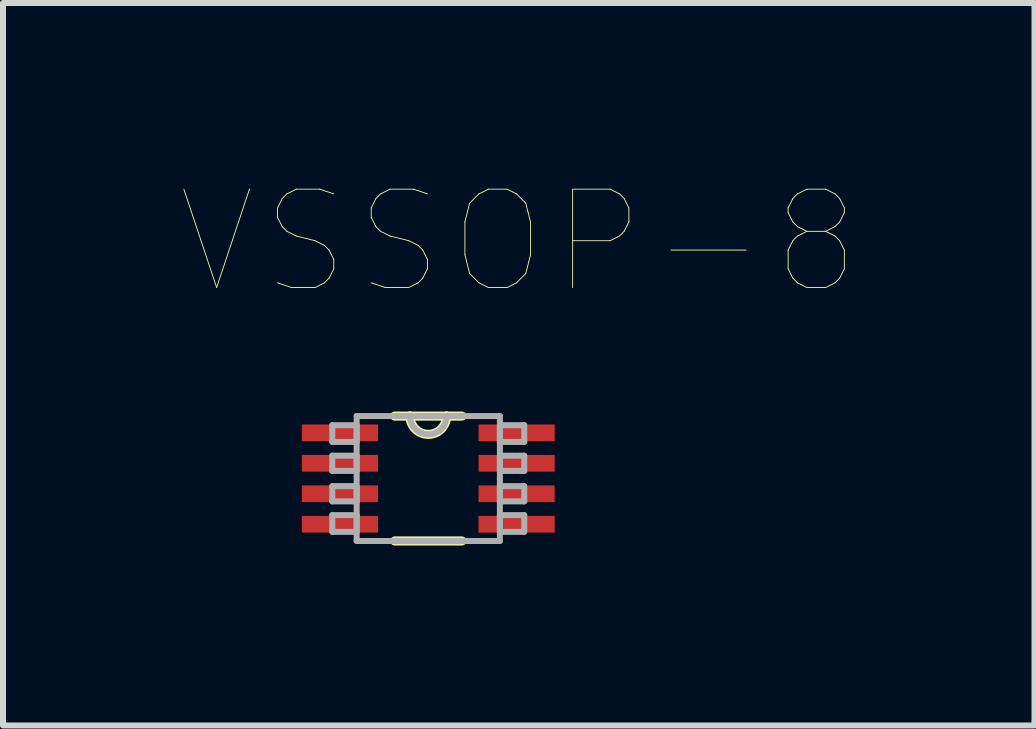
<source format=kicad_pcb>
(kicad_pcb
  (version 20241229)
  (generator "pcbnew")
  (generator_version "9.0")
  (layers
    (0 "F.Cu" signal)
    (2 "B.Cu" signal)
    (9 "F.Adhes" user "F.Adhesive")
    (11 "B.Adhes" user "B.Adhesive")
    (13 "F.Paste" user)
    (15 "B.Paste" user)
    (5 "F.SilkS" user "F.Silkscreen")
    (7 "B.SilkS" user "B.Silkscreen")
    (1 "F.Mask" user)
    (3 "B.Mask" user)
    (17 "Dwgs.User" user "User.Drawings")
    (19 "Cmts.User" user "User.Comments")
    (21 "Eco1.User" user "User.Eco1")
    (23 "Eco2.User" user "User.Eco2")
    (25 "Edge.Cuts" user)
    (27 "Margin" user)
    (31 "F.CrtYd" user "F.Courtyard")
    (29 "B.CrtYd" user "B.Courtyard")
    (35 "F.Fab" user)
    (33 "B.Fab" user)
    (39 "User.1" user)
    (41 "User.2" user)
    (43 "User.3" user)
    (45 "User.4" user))
  (footprint "VSSOP-8"
    (layer "F.Cu")
    (at 4.09 4.928)
    (property "Reference" "VSSOP-8" (at 1.509 -3.942 0) (layer "F.SilkS") (effects (font (size 1.64 1.64) (thickness 0.015))))
    (attr through_hole)
    (fp_line (start -0.559 1.041) (end 0.559 1.041) (stroke (width 0.152) (type solid)) (layer "F.SilkS"))
    (fp_line (start -0.305 -1.041) (end -0.559 -1.041) (stroke (width 0.152) (type solid)) (layer "F.SilkS"))
    (fp_line (start 0.305 -1.041) (end -0.305 -1.041) (stroke (width 0.152) (type solid)) (layer "F.SilkS"))
    (fp_line (start 0.559 -1.041) (end 0.305 -1.041) (stroke (width 0.152) (type solid)) (layer "F.SilkS"))
    (fp_arc (start 0.3048 -1.0414) (mid 0 -0.7366) (end -0.3048 -1.0414) (stroke (width 0.1524) (type solid)) (layer "F.SilkS"))
    (fp_line (start -1.6 -0.889) (end -1.6 -0.61) (stroke (width 0.1) (type solid)) (layer "F.Fab"))
    (fp_line (start -1.6 -0.61) (end -1.194 -0.61) (stroke (width 0.1) (type solid)) (layer "F.Fab"))
    (fp_line (start -1.6 -0.381) (end -1.6 -0.127) (stroke (width 0.1) (type solid)) (layer "F.Fab"))
    (fp_line (start -1.6 -0.127) (end -1.194 -0.127) (stroke (width 0.1) (type solid)) (layer "F.Fab"))
    (fp_line (start -1.6 0.127) (end -1.6 0.381) (stroke (width 0.1) (type solid)) (layer "F.Fab"))
    (fp_line (start -1.6 0.381) (end -1.194 0.381) (stroke (width 0.1) (type solid)) (layer "F.Fab"))
    (fp_line (start -1.6 0.61) (end -1.6 0.889) (stroke (width 0.1) (type solid)) (layer "F.Fab"))
    (fp_line (start -1.6 0.889) (end -1.194 0.889) (stroke (width 0.1) (type solid)) (layer "F.Fab"))
    (fp_line (start -1.194 -1.041) (end -1.194 1.041) (stroke (width 0.1) (type solid)) (layer "F.Fab"))
    (fp_line (start -1.194 -0.889) (end -1.6 -0.889) (stroke (width 0.1) (type solid)) (layer "F.Fab"))
    (fp_line (start -1.194 -0.61) (end -1.194 -0.889) (stroke (width 0.1) (type solid)) (layer "F.Fab"))
    (fp_line (start -1.194 -0.381) (end -1.6 -0.381) (stroke (width 0.1) (type solid)) (layer "F.Fab"))
    (fp_line (start -1.194 -0.127) (end -1.194 -0.381) (stroke (width 0.1) (type solid)) (layer "F.Fab"))
    (fp_line (start -1.194 0.127) (end -1.6 0.127) (stroke (width 0.1) (type solid)) (layer "F.Fab"))
    (fp_line (start -1.194 0.381) (end -1.194 0.127) (stroke (width 0.1) (type solid)) (layer "F.Fab"))
    (fp_line (start -1.194 0.61) (end -1.6 0.61) (stroke (width 0.1) (type solid)) (layer "F.Fab"))
    (fp_line (start -1.194 0.889) (end -1.194 0.61) (stroke (width 0.1) (type solid)) (layer "F.Fab"))
    (fp_line (start -1.194 1.041) (end 1.194 1.041) (stroke (width 0.1) (type solid)) (layer "F.Fab"))
    (fp_line (start -0.305 -1.041) (end -1.194 -1.041) (stroke (width 0.1) (type solid)) (layer "F.Fab"))
    (fp_line (start 0.305 -1.041) (end -0.305 -1.041) (stroke (width 0.1) (type solid)) (layer "F.Fab"))
    (fp_line (start 1.194 -1.041) (end 0.305 -1.041) (stroke (width 0.1) (type solid)) (layer "F.Fab"))
    (fp_line (start 1.194 -0.889) (end 1.194 -0.61) (stroke (width 0.1) (type solid)) (layer "F.Fab"))
    (fp_line (start 1.194 -0.61) (end 1.6 -0.61) (stroke (width 0.1) (type solid)) (layer "F.Fab"))
    (fp_line (start 1.194 -0.381) (end 1.194 -0.127) (stroke (width 0.1) (type solid)) (layer "F.Fab"))
    (fp_line (start 1.194 -0.127) (end 1.6 -0.127) (stroke (width 0.1) (type solid)) (layer "F.Fab"))
    (fp_line (start 1.194 0.127) (end 1.194 0.381) (stroke (width 0.1) (type solid)) (layer "F.Fab"))
    (fp_line (start 1.194 0.381) (end 1.6 0.381) (stroke (width 0.1) (type solid)) (layer "F.Fab"))
    (fp_line (start 1.194 0.61) (end 1.194 0.889) (stroke (width 0.1) (type solid)) (layer "F.Fab"))
    (fp_line (start 1.194 0.889) (end 1.6 0.889) (stroke (width 0.1) (type solid)) (layer "F.Fab"))
    (fp_line (start 1.194 1.041) (end 1.194 -1.041) (stroke (width 0.1) (type solid)) (layer "F.Fab"))
    (fp_line (start 1.6 -0.889) (end 1.194 -0.889) (stroke (width 0.1) (type solid)) (layer "F.Fab"))
    (fp_line (start 1.6 -0.61) (end 1.6 -0.889) (stroke (width 0.1) (type solid)) (layer "F.Fab"))
    (fp_line (start 1.6 -0.381) (end 1.194 -0.381) (stroke (width 0.1) (type solid)) (layer "F.Fab"))
    (fp_line (start 1.6 -0.127) (end 1.6 -0.381) (stroke (width 0.1) (type solid)) (layer "F.Fab"))
    (fp_line (start 1.6 0.127) (end 1.194 0.127) (stroke (width 0.1) (type solid)) (layer "F.Fab"))
    (fp_line (start 1.6 0.381) (end 1.6 0.127) (stroke (width 0.1) (type solid)) (layer "F.Fab"))
    (fp_line (start 1.6 0.61) (end 1.194 0.61) (stroke (width 0.1) (type solid)) (layer "F.Fab"))
    (fp_line (start 1.6 0.889) (end 1.6 0.61) (stroke (width 0.1) (type solid)) (layer "F.Fab"))
    (fp_arc (start 0.3048 -1.0414) (mid 0 -0.7366) (end -0.3048 -1.0414) (stroke (width 0.1) (type solid)) (layer "F.Fab"))
    (pad "1" smd rect (at -1.473 -0.762) (size 1.27 0.279) (layers "F.Cu" "F.Mask" "F.Paste"))
    (pad "2" smd rect (at -1.473 -0.254) (size 1.27 0.279) (layers "F.Cu" "F.Mask" "F.Paste"))
    (pad "3" smd rect (at -1.473 0.254) (size 1.27 0.279) (layers "F.Cu" "F.Mask" "F.Paste"))
    (pad "4" smd rect (at -1.473 0.762) (size 1.27 0.279) (layers "F.Cu" "F.Mask" "F.Paste"))
    (pad "5" smd rect (at 1.473 0.762) (size 1.27 0.279) (layers "F.Cu" "F.Mask" "F.Paste"))
    (pad "6" smd rect (at 1.473 0.254) (size 1.27 0.279) (layers "F.Cu" "F.Mask" "F.Paste"))
    (pad "7" smd rect (at 1.473 -0.254) (size 1.27 0.279) (layers "F.Cu" "F.Mask" "F.Paste"))
    (pad "8" smd rect (at 1.473 -0.762) (size 1.27 0.279) (layers "F.Cu" "F.Mask" "F.Paste")))
  (gr_rect
    (start -3 -3)
    (end 14.197 9.045)
    (stroke (width 0.1) (type default))
    (fill no)
    (layer "Edge.Cuts")))
</source>
